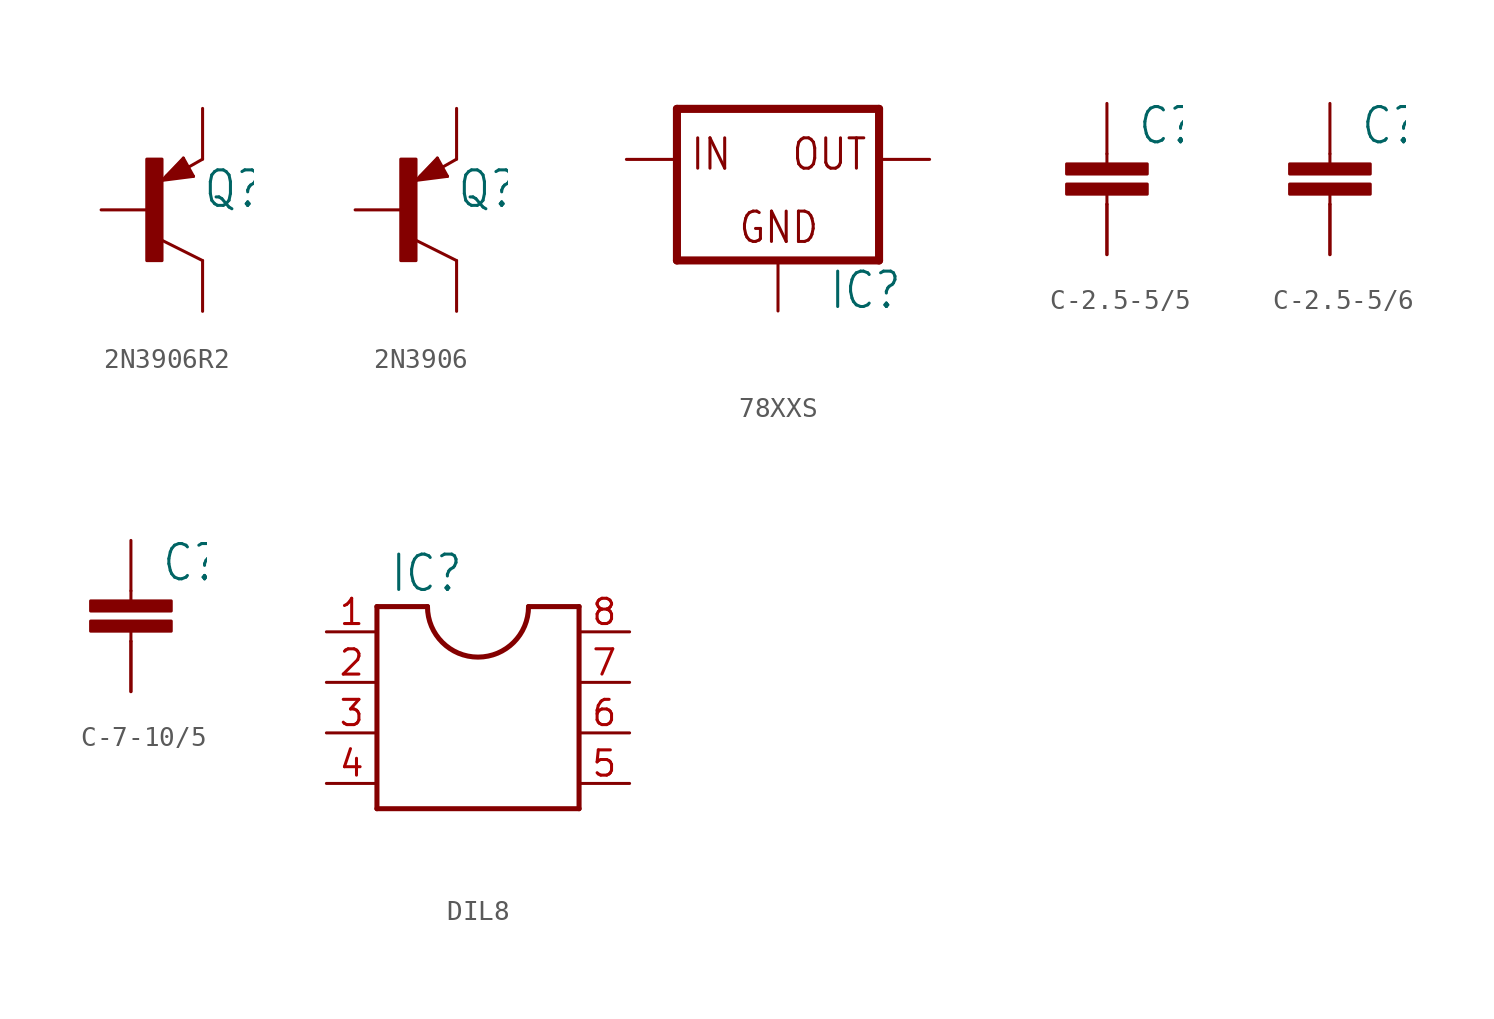
<source format=kicad_sym>
(kicad_symbol_lib
  (version 20231120)
  (generator "kicad_symbol_editor")
  (generator_version "8.0")
  (symbol "2N3906R2"
    (property "Reference" "Q"
      (at 2.54 0 0)
      (effects (font (size 1.778 1.511)) (justify left bottom)))
    (property "Value" ""
      (at 2.54 -2.54 0)
      (effects (font (size 1.778 1.511)) (justify left bottom)))
    (property "ki_locked" ""
      (at 0 0 0)
      (effects (font (size 1.27 1.27))))
    (symbol "2N3906R2_1_0"
      (rectangle (start -0.254 -2.54) (end 0.508 2.54) (stroke (width 0) (type default)) (fill (type outline)))
      (polyline (pts (xy 0.516 1.478) (xy 2.086 1.678)) (stroke (width 0.152) (type solid)) (fill (type none)))
      (polyline (pts (xy 0.762 1.651) (xy 1.778 1.778)) (stroke (width 0.254) (type solid)) (fill (type none)))
      (polyline (pts (xy 1.143 1.905) (xy 1.524 1.905)) (stroke (width 0.254) (type solid)) (fill (type none)))
      (polyline (pts (xy 1.524 2.159) (xy 1.143 1.905)) (stroke (width 0.254) (type solid)) (fill (type none)))
      (polyline (pts (xy 1.524 2.413) (xy 0.762 1.651)) (stroke (width 0.254) (type solid)) (fill (type none)))
      (polyline (pts (xy 1.578 2.594) (xy 0.516 1.478)) (stroke (width 0.152) (type solid)) (fill (type none)))
      (polyline (pts (xy 1.778 1.778) (xy 1.524 2.159)) (stroke (width 0.254) (type solid)) (fill (type none)))
      (polyline (pts (xy 1.905 1.778) (xy 1.524 2.413)) (stroke (width 0.254) (type solid)) (fill (type none)))
      (polyline (pts (xy 2.086 1.678) (xy 1.578 2.594)) (stroke (width 0.152) (type solid)) (fill (type none)))
      (polyline (pts (xy 2.54 -2.54) (xy 0.508 -1.524)) (stroke (width 0.152) (type solid)) (fill (type none)))
      (polyline (pts (xy 2.54 2.54) (xy 1.808 2.124)) (stroke (width 0.152) (type solid)) (fill (type none)))
      (pin passive line (at 2.54 -5.08 90) (length 2.54) (name "C" (effects (font (size 0 0)))) (number "1" (effects (font (size 0 0)))))
      (pin passive line (at -2.54 0 0) (length 2.54) (name "B" (effects (font (size 0 0)))) (number "2" (effects (font (size 0 0)))))
      (pin passive line (at 2.54 5.08 270) (length 2.54) (name "E" (effects (font (size 0 0)))) (number "3" (effects (font (size 0 0)))))))
  (symbol "2N3906"
    (property "Reference" "Q"
      (at 2.54 0 0)
      (effects (font (size 1.778 1.511)) (justify left bottom)))
    (property "Value" ""
      (at 2.54 -2.54 0)
      (effects (font (size 1.778 1.511)) (justify left bottom)))
    (property "ki_locked" ""
      (at 0 0 0)
      (effects (font (size 1.27 1.27))))
    (symbol "2N3906_1_0"
      (rectangle (start -0.254 -2.54) (end 0.508 2.54) (stroke (width 0) (type default)) (fill (type outline)))
      (polyline (pts (xy 0.516 1.478) (xy 2.086 1.678)) (stroke (width 0.152) (type solid)) (fill (type none)))
      (polyline (pts (xy 0.762 1.651) (xy 1.778 1.778)) (stroke (width 0.254) (type solid)) (fill (type none)))
      (polyline (pts (xy 1.143 1.905) (xy 1.524 1.905)) (stroke (width 0.254) (type solid)) (fill (type none)))
      (polyline (pts (xy 1.524 2.159) (xy 1.143 1.905)) (stroke (width 0.254) (type solid)) (fill (type none)))
      (polyline (pts (xy 1.524 2.413) (xy 0.762 1.651)) (stroke (width 0.254) (type solid)) (fill (type none)))
      (polyline (pts (xy 1.578 2.594) (xy 0.516 1.478)) (stroke (width 0.152) (type solid)) (fill (type none)))
      (polyline (pts (xy 1.778 1.778) (xy 1.524 2.159)) (stroke (width 0.254) (type solid)) (fill (type none)))
      (polyline (pts (xy 1.905 1.778) (xy 1.524 2.413)) (stroke (width 0.254) (type solid)) (fill (type none)))
      (polyline (pts (xy 2.086 1.678) (xy 1.578 2.594)) (stroke (width 0.152) (type solid)) (fill (type none)))
      (polyline (pts (xy 2.54 -2.54) (xy 0.508 -1.524)) (stroke (width 0.152) (type solid)) (fill (type none)))
      (polyline (pts (xy 2.54 2.54) (xy 1.808 2.124)) (stroke (width 0.152) (type solid)) (fill (type none)))
      (pin passive line (at 2.54 -5.08 90) (length 2.54) (name "C" (effects (font (size 0 0)))) (number "1" (effects (font (size 0 0)))))
      (pin passive line (at -2.54 0 0) (length 2.54) (name "B" (effects (font (size 0 0)))) (number "2" (effects (font (size 0 0)))))
      (pin passive line (at 2.54 5.08 270) (length 2.54) (name "E" (effects (font (size 0 0)))) (number "3" (effects (font (size 0 0)))))))
  (symbol "78XXS"
    (property "Reference" "IC"
      (at 2.54 -7.62 0)
      (effects (font (size 1.778 1.511)) (justify left bottom)))
    (property "Value" ""
      (at 2.54 -10.16 0)
      (effects (font (size 1.778 1.511)) (justify left bottom)))
    (property "ki_locked" ""
      (at 0 0 0)
      (effects (font (size 1.27 1.27))))
    (symbol "78XXS_1_0"
      (polyline (pts (xy -5.08 -5.08) (xy 5.08 -5.08)) (stroke (width 0.406) (type solid)) (fill (type none)))
      (polyline (pts (xy -5.08 2.54) (xy -5.08 -5.08)) (stroke (width 0.406) (type solid)) (fill (type none)))
      (polyline (pts (xy 5.08 -5.08) (xy 5.08 2.54)) (stroke (width 0.406) (type solid)) (fill (type none)))
      (polyline (pts (xy 5.08 2.54) (xy -5.08 2.54)) (stroke (width 0.406) (type solid)) (fill (type none)))
      (text "GND" (at -2.032 -4.318 0) (effects (font (size 1.524 1.295)) (justify left bottom)))
      (text "IN" (at -4.445 -0.635 0) (effects (font (size 1.524 1.295)) (justify left bottom)))
      (text "OUT" (at 0.635 -0.635 0) (effects (font (size 1.524 1.295)) (justify left bottom)))
      (pin input line (at 0 -7.62 90) (length 2.54) (name "GND" (effects (font (size 0 0)))) (number "GND" (effects (font (size 0 0)))))
      (pin input line (at -7.62 0 0) (length 2.54) (name "IN" (effects (font (size 0 0)))) (number "IN" (effects (font (size 0 0)))))
      (pin passive line (at 7.62 0 180) (length 2.54) (name "OUT" (effects (font (size 0 0)))) (number "OUT" (effects (font (size 0 0)))))))
  (symbol "C-2.5-5/5"
    (property "Reference" "C"
      (at 1.524 0.381 0)
      (effects (font (size 1.778 1.511)) (justify left bottom)))
    (property "Value" ""
      (at 1.524 -4.699 0)
      (effects (font (size 1.778 1.511)) (justify left bottom)))
    (property "ki_locked" ""
      (at 0 0 0)
      (effects (font (size 1.27 1.27))))
    (symbol "C-2.5-5/5_1_0"
      (rectangle (start -2.032 -2.032) (end 2.032 -1.524) (stroke (width 0) (type default)) (fill (type outline)))
      (rectangle (start -2.032 -1.016) (end 2.032 -0.508) (stroke (width 0) (type default)) (fill (type outline)))
      (polyline (pts (xy 0 -2.54) (xy 0 -2.032)) (stroke (width 0.152) (type solid)) (fill (type none)))
      (polyline (pts (xy 0 0) (xy 0 -0.508)) (stroke (width 0.152) (type solid)) (fill (type none)))
      (pin passive line (at 0 2.54 270) (length 2.54) (name "1" (effects (font (size 0 0)))) (number "1" (effects (font (size 0 0)))))
      (pin passive line (at 0 -5.08 90) (length 2.54) (name "2" (effects (font (size 0 0)))) (number "2" (effects (font (size 0 0)))))
      (pin passive line (at 0 -2.54 270) (length 2.54) (name "3" (effects (font (size 0 0)))) (number "3" (effects (font (size 0 0)))))))
  (symbol "C-2.5-5/6"
    (property "Reference" "C"
      (at 1.524 0.381 0)
      (effects (font (size 1.778 1.511)) (justify left bottom)))
    (property "Value" ""
      (at 1.524 -4.699 0)
      (effects (font (size 1.778 1.511)) (justify left bottom)))
    (property "ki_locked" ""
      (at 0 0 0)
      (effects (font (size 1.27 1.27))))
    (symbol "C-2.5-5/6_1_0"
      (rectangle (start -2.032 -2.032) (end 2.032 -1.524) (stroke (width 0) (type default)) (fill (type outline)))
      (rectangle (start -2.032 -1.016) (end 2.032 -0.508) (stroke (width 0) (type default)) (fill (type outline)))
      (polyline (pts (xy 0 -2.54) (xy 0 -2.032)) (stroke (width 0.152) (type solid)) (fill (type none)))
      (polyline (pts (xy 0 0) (xy 0 -0.508)) (stroke (width 0.152) (type solid)) (fill (type none)))
      (pin passive line (at 0 2.54 270) (length 2.54) (name "1" (effects (font (size 0 0)))) (number "1" (effects (font (size 0 0)))))
      (pin passive line (at 0 -5.08 90) (length 2.54) (name "2" (effects (font (size 0 0)))) (number "2" (effects (font (size 0 0)))))
      (pin passive line (at 0 -2.54 270) (length 2.54) (name "3" (effects (font (size 0 0)))) (number "3" (effects (font (size 0 0)))))))
  (symbol "C-7-10/5"
    (property "Reference" "C"
      (at 1.524 0.381 0)
      (effects (font (size 1.778 1.511)) (justify left bottom)))
    (property "Value" ""
      (at 1.524 -4.699 0)
      (effects (font (size 1.778 1.511)) (justify left bottom)))
    (property "ki_locked" ""
      (at 0 0 0)
      (effects (font (size 1.27 1.27))))
    (symbol "C-7-10/5_1_0"
      (rectangle (start -2.032 -2.032) (end 2.032 -1.524) (stroke (width 0) (type default)) (fill (type outline)))
      (rectangle (start -2.032 -1.016) (end 2.032 -0.508) (stroke (width 0) (type default)) (fill (type outline)))
      (polyline (pts (xy 0 -2.54) (xy 0 -2.032)) (stroke (width 0.152) (type solid)) (fill (type none)))
      (polyline (pts (xy 0 0) (xy 0 -0.508)) (stroke (width 0.152) (type solid)) (fill (type none)))
      (pin passive line (at 0 2.54 270) (length 2.54) (name "1" (effects (font (size 0 0)))) (number "1" (effects (font (size 0 0)))))
      (pin passive line (at 0 -5.08 90) (length 2.54) (name "2" (effects (font (size 0 0)))) (number "2" (effects (font (size 0 0)))))
      (pin passive line (at 0 -2.54 270) (length 2.54) (name "3" (effects (font (size 0 0)))) (number "3" (effects (font (size 0 0)))))))
  (symbol "DIL8"
    (property "Reference" "IC"
      (at -4.445 4.445 0)
      (effects (font (size 1.778 1.511)) (justify left bottom)))
    (property "Value" ""
      (at -4.445 -8.89 0)
      (effects (font (size 1.778 1.511)) (justify left bottom)))
    (property "ki_locked" ""
      (at 0 0 0)
      (effects (font (size 1.27 1.27))))
    (symbol "DIL8_1_0"
      (arc (start -2.54 3.81) (mid 0 1.27) (end 2.54 3.81) (stroke (width 0.254) (type solid)) (fill (type none)))
      (polyline (pts (xy -5.08 -6.35) (xy 5.08 -6.35)) (stroke (width 0.254) (type solid)) (fill (type none)))
      (polyline (pts (xy -5.08 3.81) (xy -5.08 -6.35)) (stroke (width 0.254) (type solid)) (fill (type none)))
      (polyline (pts (xy -5.08 3.81) (xy -2.54 3.81)) (stroke (width 0.254) (type solid)) (fill (type none)))
      (polyline (pts (xy 5.08 -6.35) (xy 5.08 3.81)) (stroke (width 0.254) (type solid)) (fill (type none)))
      (polyline (pts (xy 5.08 3.81) (xy 2.54 3.81)) (stroke (width 0.254) (type solid)) (fill (type none)))
      (pin passive line (at -7.62 2.54 0) (length 2.54) (name "1" (effects (font (size 0 0)))) (number "1" (effects (font (size 1.27 1.27)))))
      (pin passive line (at -7.62 0 0) (length 2.54) (name "2" (effects (font (size 0 0)))) (number "2" (effects (font (size 1.27 1.27)))))
      (pin passive line (at -7.62 -2.54 0) (length 2.54) (name "3" (effects (font (size 0 0)))) (number "3" (effects (font (size 1.27 1.27)))))
      (pin passive line (at -7.62 -5.08 0) (length 2.54) (name "4" (effects (font (size 0 0)))) (number "4" (effects (font (size 1.27 1.27)))))
      (pin passive line (at 7.62 -5.08 180) (length 2.54) (name "5" (effects (font (size 0 0)))) (number "5" (effects (font (size 1.27 1.27)))))
      (pin passive line (at 7.62 -2.54 180) (length 2.54) (name "6" (effects (font (size 0 0)))) (number "6" (effects (font (size 1.27 1.27)))))
      (pin passive line (at 7.62 0 180) (length 2.54) (name "7" (effects (font (size 0 0)))) (number "7" (effects (font (size 1.27 1.27)))))
      (pin passive line (at 7.62 2.54 180) (length 2.54) (name "8" (effects (font (size 0 0)))) (number "8" (effects (font (size 1.27 1.27))))))))
</source>
